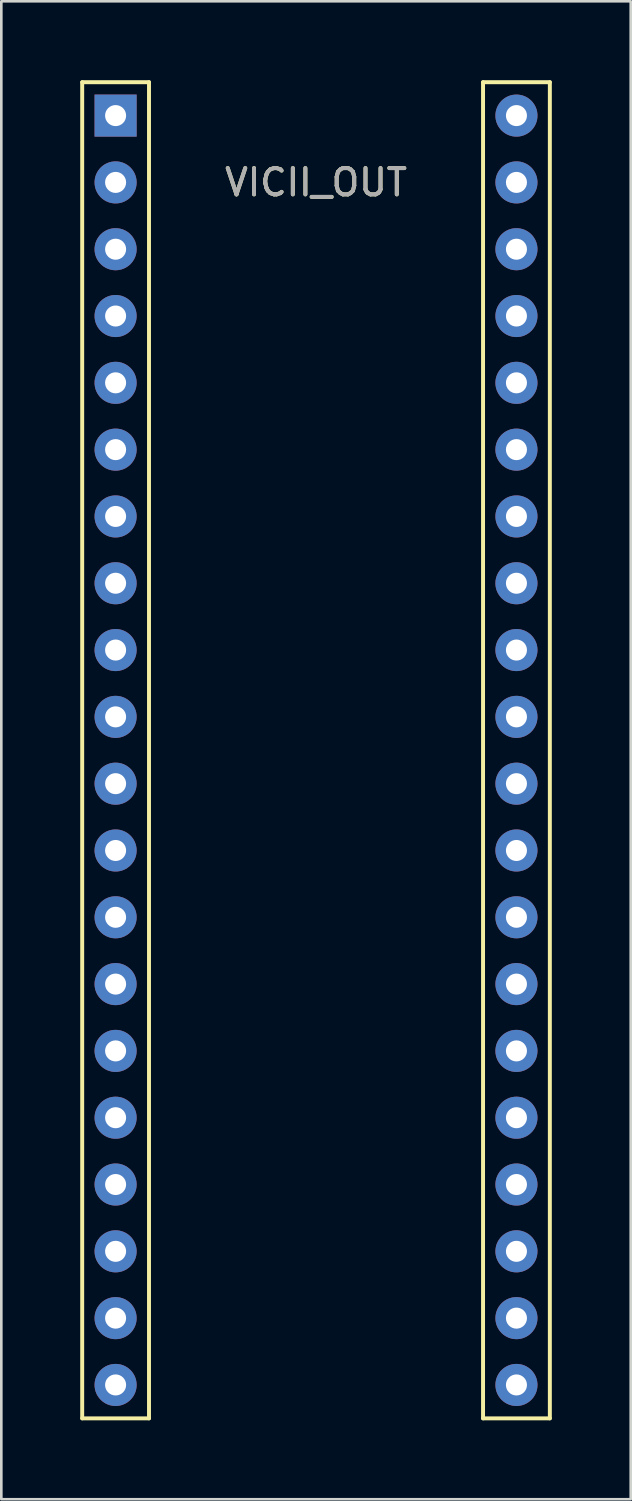
<source format=kicad_pcb>
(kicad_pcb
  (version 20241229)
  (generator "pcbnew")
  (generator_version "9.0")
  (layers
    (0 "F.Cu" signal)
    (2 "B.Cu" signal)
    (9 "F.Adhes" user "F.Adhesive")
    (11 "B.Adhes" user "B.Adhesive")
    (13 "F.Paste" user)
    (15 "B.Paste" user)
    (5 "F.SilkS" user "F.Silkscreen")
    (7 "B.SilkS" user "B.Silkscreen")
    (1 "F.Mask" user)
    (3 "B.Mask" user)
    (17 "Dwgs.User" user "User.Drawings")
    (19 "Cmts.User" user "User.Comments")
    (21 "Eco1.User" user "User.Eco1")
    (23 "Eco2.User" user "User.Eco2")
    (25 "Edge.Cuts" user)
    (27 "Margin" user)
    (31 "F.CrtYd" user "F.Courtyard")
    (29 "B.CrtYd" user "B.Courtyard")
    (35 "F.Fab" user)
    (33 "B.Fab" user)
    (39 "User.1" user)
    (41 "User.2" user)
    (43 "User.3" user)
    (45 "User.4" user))
  (footprint "VICII_OUT"
    (layer "F.Cu")
    (at 1.345 1.345)
    (property "Reference" "VICII_OUT" (at 7.62 2.54 0) (layer "F.SilkS") (effects (font (size 1 1) (thickness 0.15))))
    (attr through_hole)
    (fp_line (start -1.27 -1.27) (end 1.27 -1.27) (stroke (width 0.15) (type solid)) (layer "F.SilkS"))
    (fp_line (start -1.27 49.53) (end -1.27 -1.27) (stroke (width 0.15) (type solid)) (layer "F.SilkS"))
    (fp_line (start 1.27 -1.27) (end 1.27 49.53) (stroke (width 0.15) (type solid)) (layer "F.SilkS"))
    (fp_line (start 1.27 49.53) (end -1.27 49.53) (stroke (width 0.15) (type solid)) (layer "F.SilkS"))
    (fp_line (start 13.97 -1.27) (end 16.51 -1.27) (stroke (width 0.15) (type solid)) (layer "F.SilkS"))
    (fp_line (start 13.97 49.53) (end 13.97 -1.27) (stroke (width 0.15) (type solid)) (layer "F.SilkS"))
    (fp_line (start 16.51 -1.27) (end 16.51 49.53) (stroke (width 0.15) (type solid)) (layer "F.SilkS"))
    (fp_line (start 16.51 49.53) (end 13.97 49.53) (stroke (width 0.15) (type solid)) (layer "F.SilkS"))
    (fp_text user "${REFERENCE}" (at 7.62 2.54 0) (layer "F.Fab") (effects (font (size 1 1) (thickness 0.15))))
    (pad "1" thru_hole rect (at 0 0) (size 1.6 1.6) (drill 0.8) (layers "*.Cu" "*.Mask"))
    (pad "2" thru_hole oval (at 0 2.54) (size 1.6 1.6) (drill 0.8) (layers "*.Cu" "*.Mask"))
    (pad "3" thru_hole oval (at 0 5.08) (size 1.6 1.6) (drill 0.8) (layers "*.Cu" "*.Mask"))
    (pad "4" thru_hole oval (at 0 7.62) (size 1.6 1.6) (drill 0.8) (layers "*.Cu" "*.Mask"))
    (pad "5" thru_hole oval (at 0 10.16) (size 1.6 1.6) (drill 0.8) (layers "*.Cu" "*.Mask"))
    (pad "6" thru_hole oval (at 0 12.7) (size 1.6 1.6) (drill 0.8) (layers "*.Cu" "*.Mask"))
    (pad "7" thru_hole oval (at 0 15.24) (size 1.6 1.6) (drill 0.8) (layers "*.Cu" "*.Mask"))
    (pad "8" thru_hole oval (at 0 17.78) (size 1.6 1.6) (drill 0.8) (layers "*.Cu" "*.Mask"))
    (pad "9" thru_hole oval (at 0 20.32) (size 1.6 1.6) (drill 0.8) (layers "*.Cu" "*.Mask"))
    (pad "10" thru_hole oval (at 0 22.86) (size 1.6 1.6) (drill 0.8) (layers "*.Cu" "*.Mask"))
    (pad "11" thru_hole oval (at 0 25.4) (size 1.6 1.6) (drill 0.8) (layers "*.Cu" "*.Mask"))
    (pad "12" thru_hole oval (at 0 27.94) (size 1.6 1.6) (drill 0.8) (layers "*.Cu" "*.Mask"))
    (pad "13" thru_hole oval (at 0 30.48) (size 1.6 1.6) (drill 0.8) (layers "*.Cu" "*.Mask"))
    (pad "14" thru_hole oval (at 0 33.02) (size 1.6 1.6) (drill 0.8) (layers "*.Cu" "*.Mask"))
    (pad "15" thru_hole oval (at 0 35.56) (size 1.6 1.6) (drill 0.8) (layers "*.Cu" "*.Mask"))
    (pad "16" thru_hole oval (at 0 38.1) (size 1.6 1.6) (drill 0.8) (layers "*.Cu" "*.Mask"))
    (pad "17" thru_hole oval (at 0 40.64) (size 1.6 1.6) (drill 0.8) (layers "*.Cu" "*.Mask"))
    (pad "18" thru_hole oval (at 0 43.18) (size 1.6 1.6) (drill 0.8) (layers "*.Cu" "*.Mask"))
    (pad "19" thru_hole oval (at 0 45.72) (size 1.6 1.6) (drill 0.8) (layers "*.Cu" "*.Mask"))
    (pad "20" thru_hole oval (at 0 48.26) (size 1.6 1.6) (drill 0.8) (layers "*.Cu" "*.Mask"))
    (pad "21" thru_hole oval (at 15.24 48.26) (size 1.6 1.6) (drill 0.8) (layers "*.Cu" "*.Mask"))
    (pad "22" thru_hole oval (at 15.24 45.72) (size 1.6 1.6) (drill 0.8) (layers "*.Cu" "*.Mask"))
    (pad "23" thru_hole oval (at 15.24 43.18) (size 1.6 1.6) (drill 0.8) (layers "*.Cu" "*.Mask"))
    (pad "24" thru_hole oval (at 15.24 40.64) (size 1.6 1.6) (drill 0.8) (layers "*.Cu" "*.Mask"))
    (pad "25" thru_hole oval (at 15.24 38.1) (size 1.6 1.6) (drill 0.8) (layers "*.Cu" "*.Mask"))
    (pad "26" thru_hole oval (at 15.24 35.56) (size 1.6 1.6) (drill 0.8) (layers "*.Cu" "*.Mask"))
    (pad "27" thru_hole oval (at 15.24 33.02) (size 1.6 1.6) (drill 0.8) (layers "*.Cu" "*.Mask"))
    (pad "28" thru_hole oval (at 15.24 30.48) (size 1.6 1.6) (drill 0.8) (layers "*.Cu" "*.Mask"))
    (pad "29" thru_hole oval (at 15.24 27.94) (size 1.6 1.6) (drill 0.8) (layers "*.Cu" "*.Mask"))
    (pad "30" thru_hole oval (at 15.24 25.4) (size 1.6 1.6) (drill 0.8) (layers "*.Cu" "*.Mask"))
    (pad "31" thru_hole oval (at 15.24 22.86) (size 1.6 1.6) (drill 0.8) (layers "*.Cu" "*.Mask"))
    (pad "32" thru_hole oval (at 15.24 20.32) (size 1.6 1.6) (drill 0.8) (layers "*.Cu" "*.Mask"))
    (pad "33" thru_hole oval (at 15.24 17.78) (size 1.6 1.6) (drill 0.8) (layers "*.Cu" "*.Mask"))
    (pad "34" thru_hole oval (at 15.24 15.24) (size 1.6 1.6) (drill 0.8) (layers "*.Cu" "*.Mask"))
    (pad "35" thru_hole oval (at 15.24 12.7) (size 1.6 1.6) (drill 0.8) (layers "*.Cu" "*.Mask"))
    (pad "36" thru_hole oval (at 15.24 10.16) (size 1.6 1.6) (drill 0.8) (layers "*.Cu" "*.Mask"))
    (pad "37" thru_hole oval (at 15.24 7.62) (size 1.6 1.6) (drill 0.8) (layers "*.Cu" "*.Mask"))
    (pad "38" thru_hole oval (at 15.24 5.08) (size 1.6 1.6) (drill 0.8) (layers "*.Cu" "*.Mask"))
    (pad "39" thru_hole oval (at 15.24 2.54) (size 1.6 1.6) (drill 0.8) (layers "*.Cu" "*.Mask"))
    (pad "40" thru_hole oval (at 15.24 0) (size 1.6 1.6) (drill 0.8) (layers "*.Cu" "*.Mask")))
  (gr_rect
    (start -3 -3)
    (end 20.93 53.95)
    (stroke (width 0.1) (type default))
    (fill no)
    (layer "Edge.Cuts")))
</source>
